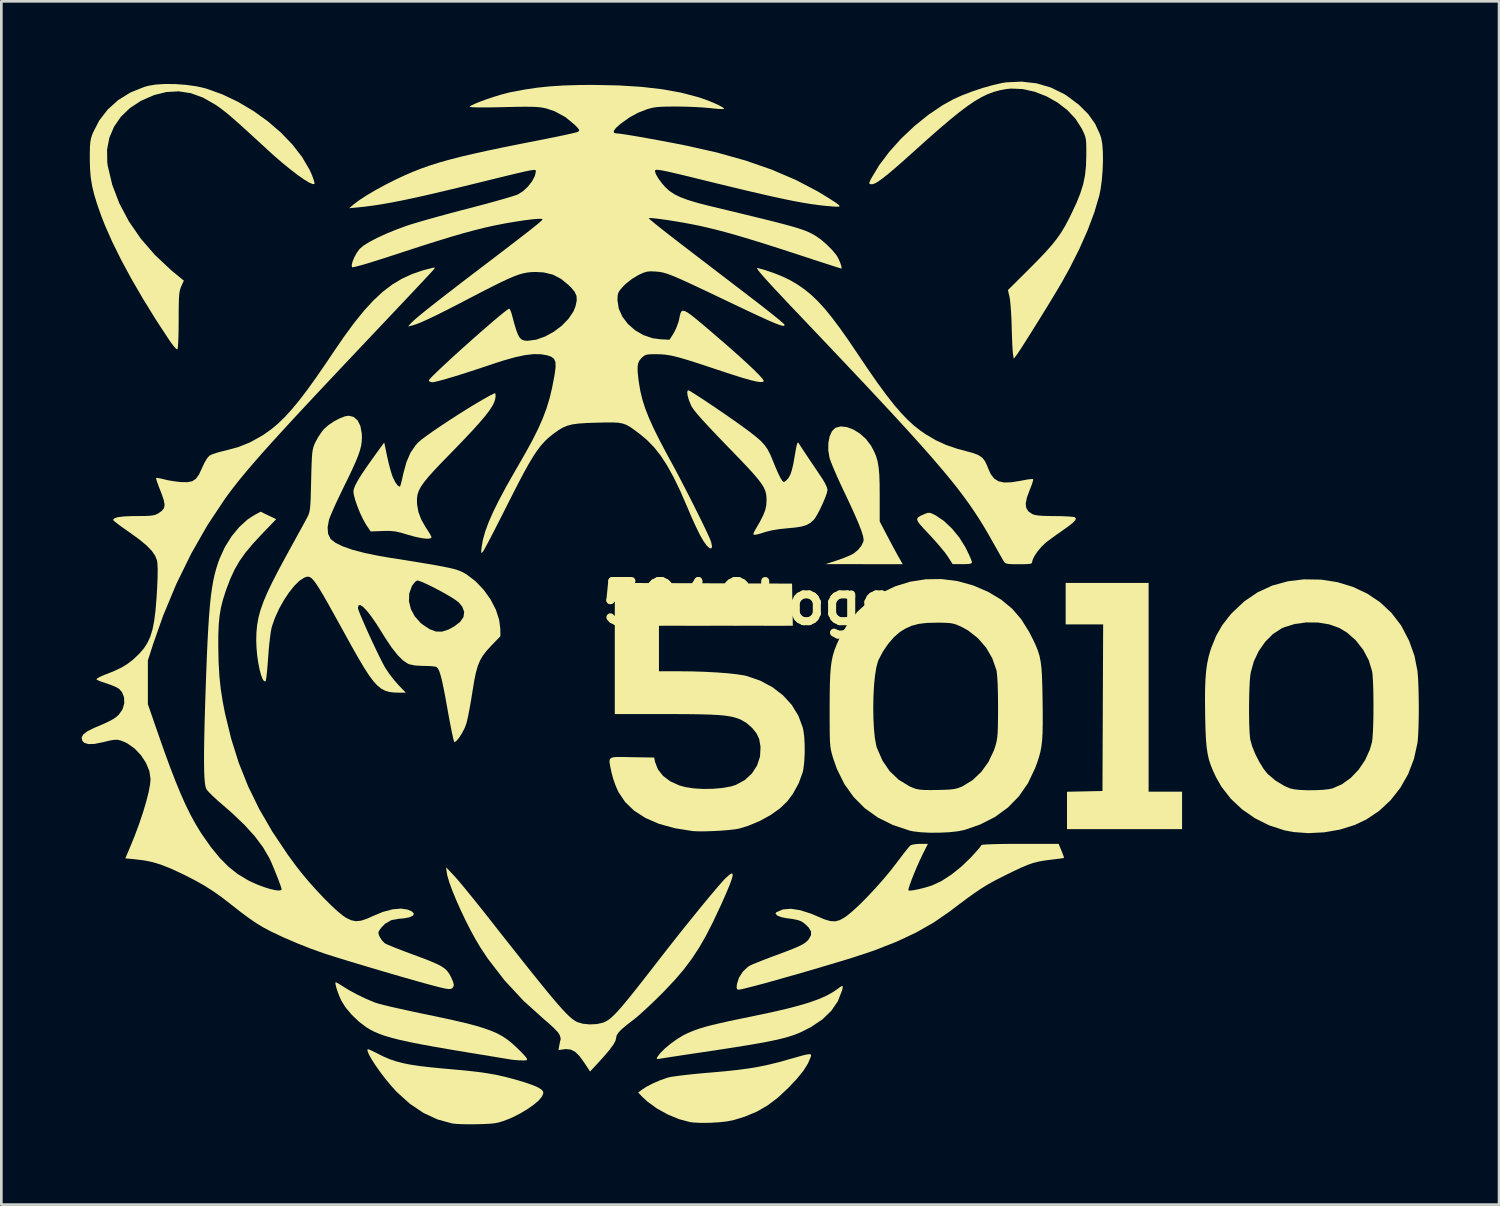
<source format=kicad_pcb>
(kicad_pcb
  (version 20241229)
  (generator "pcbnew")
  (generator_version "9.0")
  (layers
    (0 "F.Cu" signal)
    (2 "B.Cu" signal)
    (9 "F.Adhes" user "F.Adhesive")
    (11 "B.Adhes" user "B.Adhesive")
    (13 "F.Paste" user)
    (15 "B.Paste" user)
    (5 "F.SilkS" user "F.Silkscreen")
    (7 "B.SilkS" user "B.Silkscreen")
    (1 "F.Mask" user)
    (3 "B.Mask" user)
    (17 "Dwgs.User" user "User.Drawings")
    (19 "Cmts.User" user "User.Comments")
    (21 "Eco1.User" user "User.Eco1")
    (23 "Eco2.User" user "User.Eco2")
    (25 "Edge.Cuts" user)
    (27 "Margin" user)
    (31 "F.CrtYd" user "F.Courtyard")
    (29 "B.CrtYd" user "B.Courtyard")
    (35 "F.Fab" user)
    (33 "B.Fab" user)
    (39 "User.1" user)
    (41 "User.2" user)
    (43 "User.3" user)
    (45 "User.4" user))
  (footprint "5010Logo"
    (layer "F.Cu")
    (at 24.976 19.486)
    (property "Reference" "5010Logo" (at 0 0 0) (layer "F.SilkS") (effects (font (size 1.5 1.5) (thickness 0.3))))
    (attr board_only exclude_from_pos_files exclude_from_bom)
    (fp_poly (pts (xy 14.9 3.15) (xy 14.9 7.05) (xy 15.525 7.05) (xy 16.15 7.05) (xy 16.15 7.75) (xy 16.15 8.45) (xy 14 8.45) (xy 11.85 8.45) (xy 11.85 7.751) (xy 11.85 7.053) (xy 12.512 7.039) (xy 13.175 7.025) (xy 13.188 3.913) (xy 13.201 0.8) (xy 12.5 0.8) (xy 11.8 0.8) (xy 11.8 0.025) (xy 11.8 -0.75) (xy 13.35 -0.75) (xy 14.9 -0.75)) (stroke (width 0) (type solid)) (fill yes) (layer "F.SilkS"))
    (fp_poly (pts (xy 6.832 -3.332) (xy 6.953 -3.268) (xy 7.255 -3.062) (xy 7.553 -2.78) (xy 7.825 -2.448) (xy 8.049 -2.089) (xy 8.078 -2.032) (xy 8.173 -1.837) (xy 8.248 -1.67) (xy 8.292 -1.555) (xy 8.3 -1.52) (xy 8.276 -1.482) (xy 8.192 -1.461) (xy 8.031 -1.453) (xy 7.938 -1.452) (xy 7.575 -1.455) (xy 7.4 -1.731) (xy 7.301 -1.869) (xy 7.15 -2.056) (xy 6.966 -2.271) (xy 6.766 -2.492) (xy 6.703 -2.56) (xy 6.494 -2.781) (xy 6.351 -2.942) (xy 6.27 -3.057) (xy 6.248 -3.139) (xy 6.283 -3.201) (xy 6.372 -3.257) (xy 6.512 -3.32) (xy 6.54 -3.332) (xy 6.642 -3.369) (xy 6.727 -3.371)) (stroke (width 0) (type solid)) (fill yes) (layer "F.SilkS"))
    (fp_poly (pts (xy 2.276 16.872) (xy 2.286 16.906) (xy 2.273 16.961) (xy 2.273 16.962) (xy 2.17 17.207) (xy 2.002 17.475) (xy 1.76 17.775) (xy 1.45 18.105) (xy 1.05 18.48) (xy 0.66 18.776) (xy 0.256 19.009) (xy -0.188 19.194) (xy -0.625 19.328) (xy -0.861 19.373) (xy -1.16 19.406) (xy -1.488 19.425) (xy -1.811 19.429) (xy -2.093 19.416) (xy -2.24 19.398) (xy -2.649 19.289) (xy -3.071 19.114) (xy -3.475 18.89) (xy -3.831 18.633) (xy -4.025 18.452) (xy -4.175 18.294) (xy -4.05 18.197) (xy -3.864 18.076) (xy -3.618 17.949) (xy -3.348 17.833) (xy -3.09 17.743) (xy -3.027 17.726) (xy -2.892 17.7) (xy -2.676 17.67) (xy -2.396 17.636) (xy -2.071 17.601) (xy -1.72 17.568) (xy -1.502 17.55) (xy -0.947 17.501) (xy -0.47 17.45) (xy -0.05 17.394) (xy 0.335 17.329) (xy 0.707 17.251) (xy 1.087 17.157) (xy 1.468 17.05) (xy 1.773 16.963) (xy 1.993 16.903) (xy 2.142 16.869) (xy 2.233 16.859)) (stroke (width 0) (type solid)) (fill yes) (layer "F.SilkS"))
    (fp_poly (pts (xy 3.623 -6.575) (xy 3.868 -6.483) (xy 4.111 -6.332) (xy 4.333 -6.133) (xy 4.516 -5.894) (xy 4.533 -5.866) (xy 4.635 -5.677) (xy 4.714 -5.492) (xy 4.771 -5.295) (xy 4.81 -5.068) (xy 4.835 -4.793) (xy 4.847 -4.452) (xy 4.85 -4.045) (xy 4.85 -3.05) (xy 5.117 -2.537) (xy 5.244 -2.297) (xy 5.373 -2.055) (xy 5.487 -1.846) (xy 5.547 -1.738) (xy 5.71 -1.45) (xy 4.267 -1.452) (xy 2.825 -1.454) (xy 3.258 -1.595) (xy 3.478 -1.673) (xy 3.685 -1.757) (xy 3.842 -1.831) (xy 3.876 -1.851) (xy 4.036 -1.98) (xy 4.165 -2.139) (xy 4.24 -2.297) (xy 4.25 -2.364) (xy 4.227 -2.505) (xy 4.158 -2.723) (xy 4.041 -3.02) (xy 3.876 -3.399) (xy 3.662 -3.861) (xy 3.548 -4.1) (xy 3.399 -4.415) (xy 3.261 -4.719) (xy 3.141 -4.994) (xy 3.048 -5.222) (xy 2.988 -5.384) (xy 2.976 -5.425) (xy 2.928 -5.706) (xy 2.931 -5.981) (xy 2.979 -6.227) (xy 3.067 -6.422) (xy 3.192 -6.546) (xy 3.197 -6.549) (xy 3.393 -6.6)) (stroke (width 0) (type solid)) (fill yes) (layer "F.SilkS"))
    (fp_poly (pts (xy 3.469 14.37) (xy 3.44 14.488) (xy 3.284 14.884) (xy 3.041 15.24) (xy 2.711 15.559) (xy 2.29 15.842) (xy 1.934 16.024) (xy 1.777 16.092) (xy 1.61 16.155) (xy 1.423 16.214) (xy 1.209 16.273) (xy 0.957 16.332) (xy 0.661 16.393) (xy 0.311 16.458) (xy -0.101 16.528) (xy -0.584 16.606) (xy -1.146 16.693) (xy -1.796 16.791) (xy -2.025 16.825) (xy -2.368 16.876) (xy -2.684 16.924) (xy -2.959 16.966) (xy -3.176 17) (xy -3.32 17.023) (xy -3.367 17.031) (xy -3.463 17.044) (xy -3.481 17.017) (xy -3.457 16.962) (xy -3.348 16.817) (xy -3.174 16.645) (xy -2.956 16.464) (xy -2.717 16.293) (xy -2.481 16.15) (xy -2.375 16.097) (xy -2.212 16.025) (xy -2.047 15.96) (xy -1.868 15.898) (xy -1.664 15.837) (xy -1.421 15.773) (xy -1.129 15.704) (xy -0.775 15.625) (xy -0.346 15.535) (xy 0.168 15.429) (xy 0.175 15.427) (xy 0.818 15.292) (xy 1.37 15.164) (xy 1.841 15.041) (xy 2.241 14.921) (xy 2.577 14.8) (xy 2.86 14.675) (xy 3.098 14.543) (xy 3.28 14.418) (xy 3.403 14.33) (xy 3.462 14.312)) (stroke (width 0) (type solid)) (fill yes) (layer "F.SilkS"))
    (fp_poly (pts (xy -14.238 16.684) (xy -14.123 16.734) (xy -13.967 16.812) (xy -13.938 16.827) (xy -13.705 16.944) (xy -13.477 17.042) (xy -13.239 17.124) (xy -12.978 17.193) (xy -12.679 17.253) (xy -12.33 17.305) (xy -11.914 17.353) (xy -11.42 17.401) (xy -11.15 17.424) (xy -10.63 17.472) (xy -10.189 17.521) (xy -9.805 17.576) (xy -9.456 17.639) (xy -9.12 17.715) (xy -8.784 17.804) (xy -8.407 17.916) (xy -8.121 18.015) (xy -7.917 18.103) (xy -7.79 18.184) (xy -7.757 18.217) (xy -7.72 18.286) (xy -7.736 18.368) (xy -7.785 18.46) (xy -7.897 18.595) (xy -8.082 18.751) (xy -8.319 18.917) (xy -8.587 19.077) (xy -8.866 19.219) (xy -9.055 19.299) (xy -9.233 19.365) (xy -9.383 19.411) (xy -9.531 19.441) (xy -9.705 19.46) (xy -9.931 19.471) (xy -10.175 19.478) (xy -10.454 19.481) (xy -10.721 19.478) (xy -10.947 19.468) (xy -11.105 19.453) (xy -11.124 19.45) (xy -11.674 19.3) (xy -12.204 19.054) (xy -12.709 18.714) (xy -13.186 18.284) (xy -13.234 18.234) (xy -13.435 18.01) (xy -13.634 17.768) (xy -13.822 17.521) (xy -13.991 17.281) (xy -14.131 17.064) (xy -14.234 16.881) (xy -14.29 16.746) (xy -14.29 16.674) (xy -14.289 16.672)) (stroke (width 0) (type solid)) (fill yes) (layer "F.SilkS"))
    (fp_poly (pts (xy -15.441 14.187) (xy -15.338 14.246) (xy -15.248 14.305) (xy -14.987 14.465) (xy -14.671 14.635) (xy -14.339 14.795) (xy -14.03 14.925) (xy -14.019 14.929) (xy -13.892 14.969) (xy -13.682 15.024) (xy -13.405 15.091) (xy -13.075 15.166) (xy -12.71 15.247) (xy -12.323 15.329) (xy -12.219 15.35) (xy -11.606 15.478) (xy -11.081 15.592) (xy -10.636 15.696) (xy -10.26 15.794) (xy -9.943 15.889) (xy -9.675 15.985) (xy -9.447 16.084) (xy -9.249 16.192) (xy -9.071 16.311) (xy -8.903 16.444) (xy -8.745 16.587) (xy -8.587 16.74) (xy -8.455 16.877) (xy -8.367 16.978) (xy -8.345 17.009) (xy -8.326 17.063) (xy -8.357 17.089) (xy -8.459 17.095) (xy -8.536 17.093) (xy -8.709 17.085) (xy -8.859 17.071) (xy -8.9 17.066) (xy -8.98 17.053) (xy -9.145 17.026) (xy -9.381 16.987) (xy -9.677 16.938) (xy -10.018 16.882) (xy -10.391 16.821) (xy -10.525 16.799) (xy -11.197 16.687) (xy -11.779 16.586) (xy -12.279 16.495) (xy -12.705 16.411) (xy -13.067 16.331) (xy -13.372 16.255) (xy -13.63 16.179) (xy -13.848 16.102) (xy -14.036 16.022) (xy -14.202 15.936) (xy -14.335 15.855) (xy -14.614 15.643) (xy -14.88 15.389) (xy -15.108 15.119) (xy -15.265 14.87) (xy -15.339 14.707) (xy -15.407 14.53) (xy -15.46 14.364) (xy -15.49 14.236) (xy -15.489 14.172) (xy -15.489 14.172)) (stroke (width 0) (type solid)) (fill yes) (layer "F.SilkS"))
    (fp_poly (pts (xy -9.508 -7.813) (xy -9.507 -7.709) (xy -9.513 -7.653) (xy -9.546 -7.529) (xy -9.616 -7.382) (xy -9.729 -7.206) (xy -9.89 -6.994) (xy -10.105 -6.741) (xy -10.377 -6.439) (xy -10.712 -6.083) (xy -11.115 -5.667) (xy -11.163 -5.618) (xy -11.507 -5.265) (xy -11.786 -4.971) (xy -12.005 -4.728) (xy -12.172 -4.524) (xy -12.293 -4.351) (xy -12.374 -4.198) (xy -12.422 -4.056) (xy -12.443 -3.915) (xy -12.443 -3.765) (xy -12.438 -3.68) (xy -12.39 -3.402) (xy -12.285 -3.125) (xy -12.113 -2.821) (xy -12.043 -2.716) (xy -11.961 -2.586) (xy -11.909 -2.485) (xy -11.9 -2.453) (xy -11.945 -2.413) (xy -12.068 -2.403) (xy -12.255 -2.423) (xy -12.49 -2.47) (xy -12.757 -2.543) (xy -12.8 -2.556) (xy -13.048 -2.63) (xy -13.244 -2.674) (xy -13.43 -2.693) (xy -13.649 -2.693) (xy -13.725 -2.691) (xy -14.174 -2.675) (xy -14.334 -2.913) (xy -14.446 -3.106) (xy -14.561 -3.346) (xy -14.666 -3.603) (xy -14.751 -3.849) (xy -14.805 -4.056) (xy -14.818 -4.159) (xy -14.803 -4.261) (xy -14.749 -4.399) (xy -14.653 -4.58) (xy -14.509 -4.812) (xy -14.313 -5.102) (xy -14.06 -5.459) (xy -13.912 -5.664) (xy -13.667 -5.999) (xy -13.554 -5.462) (xy -13.497 -5.213) (xy -13.434 -4.974) (xy -13.374 -4.777) (xy -13.34 -4.689) (xy -13.254 -4.516) (xy -13.17 -4.399) (xy -13.1 -4.351) (xy -13.074 -4.36) (xy -13.053 -4.416) (xy -13.019 -4.547) (xy -12.976 -4.73) (xy -12.953 -4.838) (xy -12.835 -5.27) (xy -12.683 -5.62) (xy -12.488 -5.904) (xy -12.401 -5.999) (xy -12.28 -6.103) (xy -12.086 -6.248) (xy -11.836 -6.425) (xy -11.544 -6.624) (xy -11.224 -6.835) (xy -10.891 -7.05) (xy -10.56 -7.258) (xy -10.245 -7.45) (xy -9.962 -7.616) (xy -9.725 -7.749) (xy -9.548 -7.836) (xy -9.53 -7.844)) (stroke (width 0) (type solid)) (fill yes) (layer "F.SilkS"))
    (fp_poly (pts (xy -2.246 -7.923) (xy -2.118 -7.846) (xy -1.934 -7.729) (xy -1.706 -7.58) (xy -1.448 -7.408) (xy -1.171 -7.22) (xy -0.889 -7.027) (xy -0.615 -6.836) (xy -0.36 -6.655) (xy -0.139 -6.495) (xy -0.07 -6.444) (xy 0.197 -6.238) (xy 0.398 -6.065) (xy 0.548 -5.904) (xy 0.666 -5.734) (xy 0.768 -5.534) (xy 0.867 -5.295) (xy 0.957 -5.073) (xy 1.046 -4.869) (xy 1.122 -4.711) (xy 1.152 -4.657) (xy 1.221 -4.552) (xy 1.27 -4.521) (xy 1.327 -4.554) (xy 1.359 -4.582) (xy 1.442 -4.674) (xy 1.51 -4.797) (xy 1.568 -4.969) (xy 1.623 -5.206) (xy 1.679 -5.522) (xy 1.72 -5.761) (xy 1.752 -5.912) (xy 1.779 -5.986) (xy 1.805 -5.997) (xy 1.821 -5.975) (xy 1.87 -5.898) (xy 1.961 -5.758) (xy 2.081 -5.577) (xy 2.197 -5.403) (xy 2.35 -5.176) (xy 2.505 -4.946) (xy 2.64 -4.744) (xy 2.71 -4.64) (xy 2.807 -4.476) (xy 2.876 -4.326) (xy 2.9 -4.228) (xy 2.877 -4.117) (xy 2.816 -3.945) (xy 2.73 -3.738) (xy 2.629 -3.523) (xy 2.527 -3.326) (xy 2.435 -3.173) (xy 2.385 -3.109) (xy 2.262 -2.998) (xy 2.12 -2.917) (xy 1.938 -2.86) (xy 1.694 -2.821) (xy 1.419 -2.795) (xy 1.108 -2.763) (xy 0.825 -2.717) (xy 0.602 -2.663) (xy 0.568 -2.652) (xy 0.398 -2.597) (xy 0.254 -2.56) (xy 0.184 -2.55) (xy 0.136 -2.558) (xy 0.129 -2.595) (xy 0.17 -2.683) (xy 0.23 -2.788) (xy 0.391 -3.07) (xy 0.502 -3.293) (xy 0.573 -3.477) (xy 0.609 -3.644) (xy 0.621 -3.816) (xy 0.621 -3.825) (xy 0.618 -3.958) (xy 0.604 -4.08) (xy 0.571 -4.2) (xy 0.514 -4.326) (xy 0.426 -4.467) (xy 0.302 -4.631) (xy 0.134 -4.829) (xy -0.083 -5.067) (xy -0.356 -5.355) (xy -0.691 -5.702) (xy -0.84 -5.855) (xy -1.214 -6.243) (xy -1.521 -6.567) (xy -1.765 -6.831) (xy -1.951 -7.043) (xy -2.084 -7.206) (xy -2.168 -7.326) (xy -2.195 -7.375) (xy -2.277 -7.574) (xy -2.328 -7.749) (xy -2.344 -7.879) (xy -2.322 -7.946) (xy -2.306 -7.95)) (stroke (width 0) (type solid)) (fill yes) (layer "F.SilkS"))
    (fp_poly (pts (xy -1.738 -0.738) (xy 1.575 -0.725) (xy 1.589 0.062) (xy 1.603 0.85) (xy -0.899 0.85) (xy -3.4 0.85) (xy -3.4 1.7) (xy -3.4 2.55) (xy -2.612 2.551) (xy -2.139 2.556) (xy -1.674 2.571) (xy -1.234 2.595) (xy -0.835 2.625) (xy -0.494 2.662) (xy -0.228 2.703) (xy -0.125 2.726) (xy 0.385 2.901) (xy 0.842 3.146) (xy 1.238 3.451) (xy 1.564 3.809) (xy 1.812 4.213) (xy 1.974 4.654) (xy 1.994 4.74) (xy 2.029 4.987) (xy 2.046 5.292) (xy 2.047 5.62) (xy 2.03 5.937) (xy 1.998 6.207) (xy 1.973 6.323) (xy 1.827 6.728) (xy 1.61 7.124) (xy 1.398 7.41) (xy 1.126 7.671) (xy 0.777 7.92) (xy 0.375 8.142) (xy -0.058 8.324) (xy -0.388 8.426) (xy -0.551 8.456) (xy -0.787 8.483) (xy -1.07 8.506) (xy -1.372 8.522) (xy -1.667 8.532) (xy -1.927 8.533) (xy -2.127 8.524) (xy -2.15 8.521) (xy -2.816 8.414) (xy -3.401 8.251) (xy -3.904 8.034) (xy -4.325 7.763) (xy -4.662 7.439) (xy -4.914 7.064) (xy -5.017 6.832) (xy -5.112 6.563) (xy -5.171 6.34) (xy -5.217 6.125) (xy -5.245 5.969) (xy -5.245 5.863) (xy -5.202 5.798) (xy -5.107 5.764) (xy -4.946 5.753) (xy -4.708 5.755) (xy -4.415 5.761) (xy -3.579 5.775) (xy -3.546 5.938) (xy -3.439 6.216) (xy -3.246 6.461) (xy -2.977 6.664) (xy -2.641 6.816) (xy -2.418 6.878) (xy -2.101 6.927) (xy -1.743 6.948) (xy -1.371 6.942) (xy -1.016 6.91) (xy -0.706 6.854) (xy -0.525 6.797) (xy -0.19 6.615) (xy 0.076 6.369) (xy 0.267 6.073) (xy 0.377 5.739) (xy 0.397 5.38) (xy 0.346 5.082) (xy 0.249 4.876) (xy 0.083 4.668) (xy -0.125 4.485) (xy -0.342 4.358) (xy -0.47 4.308) (xy -0.608 4.266) (xy -0.766 4.233) (xy -0.954 4.206) (xy -1.183 4.186) (xy -1.462 4.171) (xy -1.803 4.16) (xy -2.215 4.154) (xy -2.709 4.151) (xy -3.138 4.15) (xy -5.05 4.15) (xy -5.05 1.7) (xy -5.05 -0.751)) (stroke (width 0) (type solid)) (fill yes) (layer "F.SilkS"))
    (fp_poly (pts (xy -21.46 -19.393) (xy -21.057 -19.363) (xy -20.674 -19.309) (xy -20.339 -19.232) (xy -20.325 -19.228) (xy -19.72 -19.011) (xy -19.127 -18.728) (xy -18.555 -18.389) (xy -18.019 -18.004) (xy -17.529 -17.582) (xy -17.098 -17.134) (xy -16.737 -16.668) (xy -16.459 -16.196) (xy -16.369 -15.996) (xy -16.31 -15.836) (xy -16.275 -15.715) (xy -16.273 -15.66) (xy -16.344 -15.657) (xy -16.478 -15.716) (xy -16.667 -15.831) (xy -16.9 -15.994) (xy -17.168 -16.2) (xy -17.463 -16.44) (xy -17.775 -16.709) (xy -18.017 -16.928) (xy -18.407 -17.288) (xy -18.733 -17.586) (xy -19.003 -17.832) (xy -19.227 -18.031) (xy -19.414 -18.193) (xy -19.571 -18.325) (xy -19.709 -18.433) (xy -19.835 -18.527) (xy -19.959 -18.612) (xy -19.975 -18.623) (xy -20.438 -18.888) (xy -20.894 -19.054) (xy -21.35 -19.123) (xy -21.813 -19.096) (xy -22.273 -18.98) (xy -22.755 -18.77) (xy -23.168 -18.5) (xy -23.505 -18.176) (xy -23.763 -17.804) (xy -23.938 -17.392) (xy -24.024 -16.947) (xy -24.018 -16.476) (xy -24 -16.342) (xy -23.832 -15.633) (xy -23.568 -14.939) (xy -23.212 -14.267) (xy -22.768 -13.622) (xy -22.239 -13.01) (xy -21.63 -12.438) (xy -21.515 -12.343) (xy -21.156 -12.048) (xy -21.252 -11.837) (xy -21.284 -11.755) (xy -21.309 -11.663) (xy -21.326 -11.546) (xy -21.338 -11.388) (xy -21.344 -11.174) (xy -21.348 -10.889) (xy -21.349 -10.565) (xy -21.351 -10.227) (xy -21.358 -9.936) (xy -21.368 -9.707) (xy -21.38 -9.55) (xy -21.395 -9.479) (xy -21.398 -9.477) (xy -21.445 -9.502) (xy -21.53 -9.594) (xy -21.639 -9.737) (xy -21.69 -9.811) (xy -22.2 -10.588) (xy -22.674 -11.356) (xy -23.108 -12.102) (xy -23.494 -12.817) (xy -23.827 -13.489) (xy -24.1 -14.106) (xy -24.226 -14.425) (xy -24.381 -14.861) (xy -24.497 -15.232) (xy -24.579 -15.563) (xy -24.632 -15.88) (xy -24.66 -16.207) (xy -24.67 -16.569) (xy -24.67 -16.575) (xy -24.669 -16.866) (xy -24.663 -17.08) (xy -24.648 -17.242) (xy -24.622 -17.373) (xy -24.583 -17.497) (xy -24.556 -17.567) (xy -24.317 -18.034) (xy -23.998 -18.446) (xy -23.608 -18.797) (xy -23.154 -19.078) (xy -22.645 -19.284) (xy -22.496 -19.327) (xy -22.208 -19.376) (xy -21.853 -19.398)) (stroke (width 0) (type solid)) (fill yes) (layer "F.SilkS"))
    (fp_poly (pts (xy 10.715 -19.421) (xy 11.248 -19.265) (xy 11.742 -19.022) (xy 11.851 -18.953) (xy 12.291 -18.623) (xy 12.638 -18.278) (xy 12.9 -17.911) (xy 13.084 -17.512) (xy 13.128 -17.376) (xy 13.168 -17.157) (xy 13.19 -16.866) (xy 13.194 -16.526) (xy 13.18 -16.163) (xy 13.151 -15.802) (xy 13.106 -15.468) (xy 13.056 -15.225) (xy 12.875 -14.61) (xy 12.625 -13.942) (xy 12.313 -13.236) (xy 11.944 -12.505) (xy 11.664 -12) (xy 11.544 -11.794) (xy 11.391 -11.539) (xy 11.215 -11.249) (xy 11.023 -10.935) (xy 10.824 -10.613) (xy 10.626 -10.296) (xy 10.439 -9.997) (xy 10.269 -9.729) (xy 10.127 -9.507) (xy 10.019 -9.343) (xy 9.955 -9.252) (xy 9.859 -9.129) (xy 9.831 -9.302) (xy 9.821 -9.409) (xy 9.809 -9.596) (xy 9.798 -9.841) (xy 9.788 -10.122) (xy 9.783 -10.325) (xy 9.772 -10.629) (xy 9.756 -10.918) (xy 9.737 -11.169) (xy 9.716 -11.359) (xy 9.702 -11.435) (xy 9.643 -11.696) (xy 10.436 -12.485) (xy 10.776 -12.828) (xy 11.053 -13.12) (xy 11.28 -13.375) (xy 11.467 -13.611) (xy 11.629 -13.842) (xy 11.775 -14.084) (xy 11.918 -14.353) (xy 12.004 -14.525) (xy 12.203 -14.951) (xy 12.351 -15.32) (xy 12.456 -15.657) (xy 12.523 -15.987) (xy 12.559 -16.333) (xy 12.571 -16.701) (xy 12.572 -16.974) (xy 12.568 -17.17) (xy 12.556 -17.315) (xy 12.531 -17.431) (xy 12.49 -17.544) (xy 12.428 -17.675) (xy 12.404 -17.726) (xy 12.173 -18.09) (xy 11.864 -18.42) (xy 11.494 -18.705) (xy 11.08 -18.938) (xy 10.641 -19.108) (xy 10.193 -19.208) (xy 9.754 -19.226) (xy 9.56 -19.205) (xy 9.328 -19.16) (xy 9.105 -19.099) (xy 8.882 -19.015) (xy 8.652 -18.903) (xy 8.405 -18.759) (xy 8.135 -18.576) (xy 7.834 -18.35) (xy 7.493 -18.074) (xy 7.105 -17.745) (xy 6.661 -17.355) (xy 6.159 -16.905) (xy 5.771 -16.557) (xy 5.449 -16.274) (xy 5.186 -16.051) (xy 4.975 -15.883) (xy 4.811 -15.764) (xy 4.687 -15.689) (xy 4.596 -15.655) (xy 4.562 -15.651) (xy 4.482 -15.656) (xy 4.457 -15.689) (xy 4.486 -15.772) (xy 4.532 -15.865) (xy 4.832 -16.364) (xy 5.212 -16.868) (xy 5.656 -17.36) (xy 6.148 -17.825) (xy 6.671 -18.247) (xy 7.208 -18.608) (xy 7.594 -18.822) (xy 7.92 -18.97) (xy 8.299 -19.115) (xy 8.698 -19.248) (xy 9.086 -19.358) (xy 9.433 -19.436) (xy 9.581 -19.459) (xy 10.155 -19.486)) (stroke (width 0) (type solid)) (fill yes) (layer "F.SilkS"))
    (fp_poly (pts (xy -11.06 10.187) (xy -10.953 10.306) (xy -10.796 10.491) (xy -10.599 10.729) (xy -10.372 11.008) (xy -10.126 11.313) (xy -9.872 11.633) (xy -9.794 11.732) (xy -9.294 12.369) (xy -8.85 12.93) (xy -8.46 13.423) (xy -8.119 13.851) (xy -7.822 14.219) (xy -7.566 14.533) (xy -7.347 14.796) (xy -7.16 15.014) (xy -7.002 15.191) (xy -6.868 15.333) (xy -6.754 15.444) (xy -6.656 15.529) (xy -6.57 15.593) (xy -6.492 15.641) (xy -6.442 15.665) (xy -6.237 15.724) (xy -5.982 15.748) (xy -5.719 15.735) (xy -5.494 15.685) (xy -5.461 15.672) (xy -5.375 15.631) (xy -5.286 15.576) (xy -5.189 15.501) (xy -5.079 15.399) (xy -4.949 15.264) (xy -4.794 15.089) (xy -4.609 14.867) (xy -4.386 14.593) (xy -4.122 14.26) (xy -3.809 13.86) (xy -3.443 13.389) (xy -3.374 13.3) (xy -3.061 12.898) (xy -2.741 12.492) (xy -2.422 12.091) (xy -2.112 11.707) (xy -1.82 11.347) (xy -1.552 11.022) (xy -1.316 10.741) (xy -1.121 10.514) (xy -0.975 10.35) (xy -0.908 10.282) (xy -0.782 10.168) (xy -0.696 10.111) (xy -0.65 10.116) (xy -0.645 10.186) (xy -0.681 10.327) (xy -0.761 10.543) (xy -0.884 10.838) (xy -1.051 11.216) (xy -1.101 11.325) (xy -1.378 11.916) (xy -1.64 12.429) (xy -1.901 12.883) (xy -2.172 13.296) (xy -2.466 13.687) (xy -2.795 14.073) (xy -3.171 14.474) (xy -3.299 14.604) (xy -3.543 14.844) (xy -3.787 15.077) (xy -4.013 15.286) (xy -4.205 15.456) (xy -4.346 15.571) (xy -4.35 15.574) (xy -4.61 15.773) (xy -4.795 15.93) (xy -4.915 16.055) (xy -4.98 16.159) (xy -5 16.253) (xy -5 16.255) (xy -5.025 16.362) (xy -5.105 16.506) (xy -5.244 16.695) (xy -5.449 16.937) (xy -5.68 17.192) (xy -5.975 17.509) (xy -6.193 17.175) (xy -6.37 16.932) (xy -6.531 16.773) (xy -6.693 16.689) (xy -6.87 16.67) (xy -6.94 16.677) (xy -7.156 16.707) (xy -7.121 16.516) (xy -7.096 16.39) (xy -7.076 16.315) (xy -7.072 16.308) (xy -7.077 16.255) (xy -7.108 16.149) (xy -7.109 16.146) (xy -7.175 16.043) (xy -7.315 15.894) (xy -7.518 15.707) (xy -7.667 15.581) (xy -8.461 14.866) (xy -9.174 14.098) (xy -9.803 13.281) (xy -10.075 12.869) (xy -10.257 12.563) (xy -10.446 12.216) (xy -10.635 11.844) (xy -10.815 11.464) (xy -10.98 11.093) (xy -11.122 10.747) (xy -11.233 10.444) (xy -11.305 10.201) (xy -11.327 10.088) (xy -11.356 9.875)) (stroke (width 0) (type solid)) (fill yes) (layer "F.SilkS"))
    (fp_poly (pts (xy 0.283 -12.521) (xy 0.578 -12.439) (xy 0.905 -12.327) (xy 1.222 -12.2) (xy 1.485 -12.074) (xy 1.496 -12.068) (xy 1.776 -11.904) (xy 2.038 -11.723) (xy 2.29 -11.517) (xy 2.541 -11.277) (xy 2.8 -10.994) (xy 3.073 -10.658) (xy 3.37 -10.262) (xy 3.699 -9.795) (xy 4.05 -9.275) (xy 4.438 -8.699) (xy 4.785 -8.202) (xy 5.098 -7.776) (xy 5.382 -7.414) (xy 5.646 -7.107) (xy 5.895 -6.847) (xy 6.137 -6.626) (xy 6.378 -6.437) (xy 6.556 -6.314) (xy 6.942 -6.086) (xy 7.33 -5.907) (xy 7.758 -5.761) (xy 8.067 -5.679) (xy 8.344 -5.604) (xy 8.542 -5.526) (xy 8.682 -5.431) (xy 8.784 -5.302) (xy 8.868 -5.125) (xy 8.896 -5.049) (xy 9 -4.817) (xy 9.126 -4.653) (xy 9.288 -4.55) (xy 9.498 -4.505) (xy 9.77 -4.513) (xy 10.118 -4.568) (xy 10.174 -4.579) (xy 10.358 -4.614) (xy 10.502 -4.632) (xy 10.58 -4.633) (xy 10.586 -4.63) (xy 10.581 -4.574) (xy 10.544 -4.451) (xy 10.48 -4.283) (xy 10.457 -4.227) (xy 10.351 -3.939) (xy 10.307 -3.718) (xy 10.326 -3.55) (xy 10.409 -3.422) (xy 10.549 -3.326) (xy 10.645 -3.292) (xy 10.789 -3.269) (xy 10.997 -3.255) (xy 11.285 -3.25) (xy 11.385 -3.249) (xy 11.643 -3.246) (xy 11.867 -3.237) (xy 12.039 -3.223) (xy 12.137 -3.207) (xy 12.148 -3.202) (xy 12.182 -3.157) (xy 12.16 -3.093) (xy 12.073 -3.002) (xy 11.915 -2.876) (xy 11.679 -2.708) (xy 11.657 -2.693) (xy 11.454 -2.551) (xy 11.253 -2.405) (xy 11.089 -2.281) (xy 11.054 -2.253) (xy 10.897 -2.105) (xy 10.751 -1.931) (xy 10.633 -1.756) (xy 10.562 -1.606) (xy 10.55 -1.54) (xy 10.541 -1.499) (xy 10.5 -1.472) (xy 10.411 -1.458) (xy 10.256 -1.451) (xy 10.051 -1.45) (xy 9.822 -1.452) (xy 9.672 -1.459) (xy 9.579 -1.477) (xy 9.524 -1.509) (xy 9.486 -1.56) (xy 9.484 -1.562) (xy 9.436 -1.645) (xy 9.35 -1.796) (xy 9.236 -1.997) (xy 9.105 -2.229) (xy 9.051 -2.325) (xy 8.89 -2.608) (xy 8.729 -2.881) (xy 8.562 -3.149) (xy 8.388 -3.416) (xy 8.202 -3.688) (xy 7.999 -3.967) (xy 7.778 -4.26) (xy 7.533 -4.569) (xy 7.26 -4.9) (xy 6.957 -5.257) (xy 6.62 -5.645) (xy 6.243 -6.067) (xy 5.825 -6.529) (xy 5.36 -7.035) (xy 4.846 -7.588) (xy 4.278 -8.195) (xy 3.653 -8.858) (xy 2.967 -9.583) (xy 2.216 -10.374) (xy 1.987 -10.615) (xy 1.568 -11.055) (xy 1.216 -11.429) (xy 0.925 -11.739) (xy 0.693 -11.991) (xy 0.515 -12.189) (xy 0.388 -12.336) (xy 0.307 -12.438) (xy 0.27 -12.498) (xy 0.271 -12.522)) (stroke (width 0) (type solid)) (fill yes) (layer "F.SilkS"))
    (fp_poly (pts (xy 21.34 -0.875) (xy 21.953 -0.78) (xy 22.533 -0.604) (xy 23.068 -0.353) (xy 23.551 -0.029) (xy 23.971 0.363) (xy 24.32 0.817) (xy 24.353 0.869) (xy 24.634 1.408) (xy 24.835 1.971) (xy 24.946 2.535) (xy 24.95 2.568) (xy 24.97 2.821) (xy 24.984 3.139) (xy 24.993 3.5) (xy 24.997 3.881) (xy 24.995 4.259) (xy 24.987 4.613) (xy 24.974 4.92) (xy 24.956 5.158) (xy 24.948 5.225) (xy 24.816 5.827) (xy 24.6 6.391) (xy 24.306 6.908) (xy 23.943 7.37) (xy 23.516 7.768) (xy 23.032 8.092) (xy 22.589 8.3) (xy 22.04 8.47) (xy 21.457 8.57) (xy 20.869 8.6) (xy 20.301 8.558) (xy 19.975 8.495) (xy 19.405 8.309) (xy 18.874 8.044) (xy 18.391 7.709) (xy 17.971 7.314) (xy 17.623 6.867) (xy 17.428 6.526) (xy 17.314 6.285) (xy 17.224 6.067) (xy 17.155 5.855) (xy 17.104 5.631) (xy 17.067 5.379) (xy 17.042 5.081) (xy 17.025 4.721) (xy 17.014 4.281) (xy 17.013 4.193) (xy 17.009 3.858) (xy 18.653 3.858) (xy 18.654 4.202) (xy 18.66 4.525) (xy 18.671 4.804) (xy 18.688 5.018) (xy 18.7 5.106) (xy 18.77 5.357) (xy 18.887 5.645) (xy 19.035 5.936) (xy 19.196 6.196) (xy 19.346 6.385) (xy 19.635 6.631) (xy 19.974 6.836) (xy 20.192 6.93) (xy 20.35 6.964) (xy 20.578 6.987) (xy 20.849 6.997) (xy 21.135 6.995) (xy 21.407 6.982) (xy 21.638 6.957) (xy 21.773 6.928) (xy 22.126 6.773) (xy 22.456 6.534) (xy 22.749 6.227) (xy 22.992 5.868) (xy 23.17 5.474) (xy 23.247 5.2) (xy 23.267 5.047) (xy 23.283 4.815) (xy 23.294 4.524) (xy 23.301 4.193) (xy 23.303 3.844) (xy 23.301 3.496) (xy 23.294 3.17) (xy 23.283 2.886) (xy 23.267 2.664) (xy 23.252 2.55) (xy 23.127 2.139) (xy 22.919 1.748) (xy 22.645 1.398) (xy 22.318 1.108) (xy 22.027 0.932) (xy 21.652 0.798) (xy 21.23 0.729) (xy 20.788 0.725) (xy 20.354 0.786) (xy 19.957 0.91) (xy 19.864 0.952) (xy 19.544 1.161) (xy 19.257 1.449) (xy 19.014 1.797) (xy 18.83 2.186) (xy 18.717 2.597) (xy 18.701 2.7) (xy 18.681 2.913) (xy 18.667 3.192) (xy 18.658 3.514) (xy 18.653 3.858) (xy 17.009 3.858) (xy 17.007 3.666) (xy 17.01 3.225) (xy 17.024 2.853) (xy 17.05 2.536) (xy 17.089 2.259) (xy 17.142 2.007) (xy 17.212 1.764) (xy 17.243 1.672) (xy 17.427 1.219) (xy 17.656 0.822) (xy 17.952 0.442) (xy 18.019 0.368) (xy 18.474 -0.061) (xy 18.975 -0.401) (xy 19.521 -0.652) (xy 20.113 -0.814) (xy 20.7 -0.885)) (stroke (width 0) (type solid)) (fill yes) (layer "F.SilkS"))
    (fp_poly (pts (xy 6.457 9.387) (xy 6.351 9.61) (xy 6.243 9.852) (xy 6.14 10.096) (xy 6.049 10.325) (xy 5.978 10.519) (xy 5.933 10.662) (xy 5.922 10.736) (xy 5.924 10.741) (xy 5.989 10.748) (xy 6.125 10.731) (xy 6.308 10.694) (xy 6.513 10.643) (xy 6.715 10.584) (xy 6.835 10.542) (xy 7.171 10.382) (xy 7.532 10.148) (xy 7.897 9.856) (xy 8.244 9.522) (xy 8.403 9.35) (xy 8.533 9.203) (xy 8.62 9.096) (xy 8.65 9.047) (xy 8.699 9.033) (xy 8.838 9.022) (xy 9.06 9.013) (xy 9.355 9.006) (xy 9.715 9.001) (xy 10.093 9) (xy 11.537 9) (xy 11.644 9.258) (xy 11.7 9.4) (xy 11.734 9.499) (xy 11.738 9.527) (xy 11.686 9.537) (xy 11.557 9.555) (xy 11.372 9.578) (xy 11.238 9.594) (xy 10.999 9.625) (xy 10.793 9.662) (xy 10.6 9.71) (xy 10.4 9.779) (xy 10.173 9.873) (xy 9.899 10) (xy 9.558 10.166) (xy 9.525 10.183) (xy 9.264 10.315) (xy 9.036 10.436) (xy 8.825 10.557) (xy 8.616 10.688) (xy 8.393 10.839) (xy 8.139 11.021) (xy 7.839 11.244) (xy 7.478 11.519) (xy 7.466 11.528) (xy 6.876 11.935) (xy 6.215 12.312) (xy 5.474 12.66) (xy 4.648 12.984) (xy 3.875 13.241) (xy 3.453 13.371) (xy 3.006 13.505) (xy 2.546 13.641) (xy 2.083 13.777) (xy 1.629 13.908) (xy 1.193 14.031) (xy 0.787 14.145) (xy 0.423 14.245) (xy 0.109 14.328) (xy -0.142 14.392) (xy -0.319 14.434) (xy -0.413 14.45) (xy -0.416 14.45) (xy -0.476 14.437) (xy -0.497 14.381) (xy -0.487 14.255) (xy -0.486 14.246) (xy -0.411 14.005) (xy -0.265 13.776) (xy -0.074 13.596) (xy 0.009 13.546) (xy 0.121 13.495) (xy 0.306 13.419) (xy 0.543 13.326) (xy 0.81 13.224) (xy 0.962 13.168) (xy 1.319 13.035) (xy 1.595 12.928) (xy 1.802 12.84) (xy 1.954 12.765) (xy 2.063 12.697) (xy 2.142 12.63) (xy 2.195 12.57) (xy 2.283 12.415) (xy 2.284 12.273) (xy 2.194 12.125) (xy 2.103 12.034) (xy 2.002 11.948) (xy 1.904 11.889) (xy 1.785 11.847) (xy 1.619 11.813) (xy 1.382 11.78) (xy 1.344 11.775) (xy 1.183 11.742) (xy 1.051 11.693) (xy 1.019 11.674) (xy 0.957 11.613) (xy 0.976 11.569) (xy 1 11.551) (xy 1.234 11.451) (xy 1.528 11.427) (xy 1.877 11.479) (xy 2.275 11.606) (xy 2.505 11.703) (xy 2.786 11.822) (xy 3.007 11.887) (xy 3.192 11.896) (xy 3.362 11.849) (xy 3.543 11.747) (xy 3.632 11.683) (xy 3.842 11.51) (xy 4.097 11.274) (xy 4.379 10.99) (xy 4.674 10.676) (xy 4.965 10.349) (xy 5.237 10.025) (xy 5.475 9.72) (xy 5.48 9.713) (xy 5.641 9.499) (xy 5.786 9.311) (xy 5.903 9.165) (xy 5.978 9.077) (xy 5.993 9.062) (xy 6.083 9.028) (xy 6.234 9.006) (xy 6.36 9) (xy 6.651 9)) (stroke (width 0) (type solid)) (fill yes) (layer "F.SilkS"))
    (fp_poly (pts (xy 7.755 -0.82) (xy 8.349 -0.656) (xy 8.919 -0.409) (xy 9.399 -0.12) (xy 9.8 0.213) (xy 10.14 0.607) (xy 10.434 1.079) (xy 10.471 1.15) (xy 10.593 1.391) (xy 10.69 1.599) (xy 10.766 1.792) (xy 10.824 1.984) (xy 10.865 2.192) (xy 10.895 2.43) (xy 10.914 2.716) (xy 10.926 3.064) (xy 10.935 3.49) (xy 10.938 3.675) (xy 10.943 4.15) (xy 10.943 4.541) (xy 10.936 4.863) (xy 10.92 5.13) (xy 10.893 5.36) (xy 10.854 5.566) (xy 10.801 5.765) (xy 10.733 5.971) (xy 10.656 6.176) (xy 10.391 6.734) (xy 10.053 7.223) (xy 9.642 7.643) (xy 9.159 7.995) (xy 8.603 8.278) (xy 8.022 8.48) (xy 7.767 8.531) (xy 7.446 8.566) (xy 7.088 8.583) (xy 6.723 8.584) (xy 6.382 8.567) (xy 6.093 8.532) (xy 5.975 8.506) (xy 5.342 8.296) (xy 4.781 8.017) (xy 4.292 7.668) (xy 3.874 7.249) (xy 3.527 6.76) (xy 3.251 6.201) (xy 3.117 5.823) (xy 3.078 5.693) (xy 3.047 5.579) (xy 3.023 5.468) (xy 3.005 5.345) (xy 2.993 5.196) (xy 2.986 5.009) (xy 2.982 4.769) (xy 2.98 4.461) (xy 2.98 4.073) (xy 2.98 3.902) (xy 4.609 3.902) (xy 4.615 4.314) (xy 4.635 4.701) (xy 4.669 5.041) (xy 4.718 5.315) (xy 4.749 5.422) (xy 4.955 5.892) (xy 5.225 6.286) (xy 5.558 6.603) (xy 5.958 6.847) (xy 6.1 6.909) (xy 6.213 6.948) (xy 6.341 6.973) (xy 6.505 6.986) (xy 6.727 6.99) (xy 7 6.987) (xy 7.283 6.98) (xy 7.489 6.969) (xy 7.642 6.95) (xy 7.766 6.92) (xy 7.884 6.875) (xy 7.956 6.843) (xy 8.322 6.618) (xy 8.645 6.312) (xy 8.914 5.939) (xy 9.117 5.512) (xy 9.163 5.377) (xy 9.199 5.252) (xy 9.226 5.131) (xy 9.246 4.996) (xy 9.259 4.831) (xy 9.267 4.62) (xy 9.271 4.346) (xy 9.273 3.992) (xy 9.273 3.9) (xy 9.27 3.447) (xy 9.26 3.069) (xy 9.244 2.774) (xy 9.223 2.568) (xy 9.212 2.509) (xy 9.06 2.07) (xy 8.826 1.666) (xy 8.521 1.314) (xy 8.158 1.029) (xy 7.93 0.902) (xy 7.774 0.831) (xy 7.645 0.783) (xy 7.515 0.755) (xy 7.354 0.741) (xy 7.136 0.735) (xy 7.005 0.734) (xy 6.616 0.743) (xy 6.301 0.781) (xy 6.034 0.853) (xy 5.791 0.966) (xy 5.602 1.086) (xy 5.384 1.275) (xy 5.164 1.53) (xy 4.967 1.819) (xy 4.814 2.11) (xy 4.783 2.187) (xy 4.722 2.415) (xy 4.673 2.721) (xy 4.638 3.085) (xy 4.617 3.485) (xy 4.609 3.902) (xy 2.98 3.902) (xy 2.98 3.9) (xy 2.982 3.41) (xy 2.989 3.006) (xy 3.002 2.672) (xy 3.024 2.394) (xy 3.057 2.158) (xy 3.103 1.948) (xy 3.164 1.75) (xy 3.243 1.549) (xy 3.34 1.331) (xy 3.352 1.305) (xy 3.649 0.783) (xy 4.015 0.326) (xy 4.441 -0.063) (xy 4.918 -0.382) (xy 5.437 -0.627) (xy 5.99 -0.797) (xy 6.566 -0.887) (xy 7.158 -0.896)) (stroke (width 0) (type solid)) (fill yes) (layer "F.SilkS"))
    (fp_poly (pts (xy -14.81 -6.955) (xy -14.661 -6.824) (xy -14.558 -6.617) (xy -14.506 -6.341) (xy -14.5 -6.2) (xy -14.507 -6.042) (xy -14.529 -5.882) (xy -14.573 -5.707) (xy -14.642 -5.504) (xy -14.742 -5.26) (xy -14.877 -4.961) (xy -15.052 -4.595) (xy -15.175 -4.346) (xy -15.322 -4.041) (xy -15.46 -3.75) (xy -15.578 -3.488) (xy -15.669 -3.276) (xy -15.725 -3.13) (xy -15.732 -3.106) (xy -15.783 -2.825) (xy -15.764 -2.585) (xy -15.677 -2.403) (xy -15.665 -2.388) (xy -15.488 -2.25) (xy -15.216 -2.117) (xy -14.853 -1.99) (xy -14.401 -1.871) (xy -13.865 -1.761) (xy -13.5 -1.699) (xy -12.928 -1.608) (xy -12.446 -1.53) (xy -12.045 -1.464) (xy -11.715 -1.407) (xy -11.447 -1.357) (xy -11.233 -1.312) (xy -11.062 -1.271) (xy -10.927 -1.231) (xy -10.817 -1.19) (xy -10.724 -1.146) (xy -10.638 -1.098) (xy -10.588 -1.068) (xy -10.249 -0.809) (xy -9.946 -0.49) (xy -9.691 -0.132) (xy -9.495 0.248) (xy -9.371 0.63) (xy -9.329 0.958) (xy -9.325 1.241) (xy -9.664 1.592) (xy -9.838 1.782) (xy -9.976 1.959) (xy -10.083 2.142) (xy -10.169 2.349) (xy -10.24 2.599) (xy -10.304 2.909) (xy -10.368 3.299) (xy -10.375 3.344) (xy -10.425 3.654) (xy -10.478 3.953) (xy -10.53 4.218) (xy -10.577 4.425) (xy -10.602 4.519) (xy -10.67 4.692) (xy -10.764 4.871) (xy -10.866 5.031) (xy -10.963 5.148) (xy -11.039 5.199) (xy -11.046 5.2) (xy -11.065 5.153) (xy -11.098 5.021) (xy -11.142 4.816) (xy -11.194 4.553) (xy -11.252 4.245) (xy -11.299 3.987) (xy -11.379 3.541) (xy -11.448 3.184) (xy -11.507 2.906) (xy -11.56 2.699) (xy -11.608 2.551) (xy -11.655 2.455) (xy -11.702 2.399) (xy -11.714 2.39) (xy -11.79 2.372) (xy -11.938 2.358) (xy -12.13 2.351) (xy -12.192 2.351) (xy -12.504 2.336) (xy -12.725 2.291) (xy -12.777 2.271) (xy -12.963 2.147) (xy -13.168 1.944) (xy -13.394 1.656) (xy -13.646 1.279) (xy -13.752 1.107) (xy -13.964 0.77) (xy -14.156 0.494) (xy -14.322 0.283) (xy -14.459 0.142) (xy -14.563 0.076) (xy -14.628 0.089) (xy -14.65 0.184) (xy -14.629 0.26) (xy -14.572 0.411) (xy -14.484 0.619) (xy -14.375 0.87) (xy -14.251 1.147) (xy -14.118 1.435) (xy -13.985 1.717) (xy -13.859 1.978) (xy -13.747 2.202) (xy -13.656 2.373) (xy -13.629 2.419) (xy -13.485 2.636) (xy -13.306 2.869) (xy -13.143 3.056) (xy -12.861 3.35) (xy -13.118 3.35) (xy -13.311 3.344) (xy -13.481 3.322) (xy -13.635 3.276) (xy -13.78 3.199) (xy -13.923 3.083) (xy -14.072 2.921) (xy -14.232 2.706) (xy -14.411 2.43) (xy -14.617 2.086) (xy -14.855 1.666) (xy -15.073 1.273) (xy -15.355 0.761) (xy -15.594 0.33) (xy -15.793 -0.026) (xy -15.817 -0.068) (xy -12.743 -0.068) (xy -12.672 0.224) (xy -12.524 0.501) (xy -12.305 0.745) (xy -12.229 0.807) (xy -11.968 0.978) (xy -11.736 1.065) (xy -11.51 1.07) (xy -11.267 0.992) (xy -11.054 0.877) (xy -10.83 0.706) (xy -10.705 0.523) (xy -10.678 0.333) (xy -10.75 0.138) (xy -10.88 -0.02) (xy -10.986 -0.103) (xy -11.152 -0.211) (xy -11.36 -0.334) (xy -11.592 -0.462) (xy -11.828 -0.586) (xy -12.05 -0.695) (xy -12.239 -0.78) (xy -12.376 -0.831) (xy -12.437 -0.841) (xy -12.512 -0.79) (xy -12.601 -0.68) (xy -12.635 -0.625) (xy -12.732 -0.357) (xy -12.743 -0.068) (xy -15.817 -0.068) (xy -15.959 -0.315) (xy -16.096 -0.542) (xy -16.207 -0.714) (xy -16.299 -0.838) (xy -16.375 -0.92) (xy -16.44 -0.967) (xy -16.5 -0.985) (xy -16.558 -0.982) (xy -16.619 -0.962) (xy -16.657 -0.947) (xy -16.832 -0.835) (xy -17.025 -0.645) (xy -17.224 -0.395) (xy -17.419 -0.101) (xy -17.597 0.217) (xy -17.747 0.544) (xy -17.858 0.86) (xy -17.876 0.925) (xy -17.906 1.08) (xy -17.937 1.309) (xy -17.968 1.588) (xy -17.994 1.89) (xy -18.006 2.05) (xy -18.026 2.328) (xy -18.048 2.572) (xy -18.069 2.763) (xy -18.089 2.885) (xy -18.1 2.918) (xy -18.154 2.924) (xy -18.211 2.844) (xy -18.269 2.694) (xy -18.324 2.488) (xy -18.373 2.242) (xy -18.413 1.969) (xy -18.439 1.685) (xy -18.45 1.404) (xy -18.45 1.385) (xy -18.442 1.096) (xy -18.416 0.82) (xy -18.367 0.547) (xy -18.291 0.264) (xy -18.184 -0.04) (xy -18.041 -0.379) (xy -17.858 -0.763) (xy -17.631 -1.205) (xy -17.356 -1.716) (xy -17.29 -1.837) (xy -17.116 -2.153) (xy -16.951 -2.454) (xy -16.803 -2.724) (xy -16.68 -2.948) (xy -16.592 -3.111) (xy -16.558 -3.175) (xy -16.515 -3.258) (xy -16.482 -3.337) (xy -16.458 -3.426) (xy -16.44 -3.54) (xy -16.427 -3.693) (xy -16.416 -3.901) (xy -16.408 -4.178) (xy -16.399 -4.539) (xy -16.398 -4.575) (xy -16.389 -4.945) (xy -16.379 -5.231) (xy -16.369 -5.447) (xy -16.355 -5.609) (xy -16.337 -5.731) (xy -16.312 -5.83) (xy -16.28 -5.919) (xy -16.241 -6.006) (xy -16.132 -6.206) (xy -15.996 -6.406) (xy -15.918 -6.502) (xy -15.759 -6.644) (xy -15.556 -6.782) (xy -15.339 -6.898) (xy -15.137 -6.976) (xy -14.999 -7)) (stroke (width 0) (type solid)) (fill yes) (layer "F.SilkS"))
    (fp_poly (pts (xy -11.776 -12.529) (xy -11.805 -12.48) (xy -11.894 -12.378) (xy -11.951 -12.316) (xy -12.024 -12.237) (xy -12.159 -12.093) (xy -12.35 -11.89) (xy -12.589 -11.635) (xy -12.871 -11.336) (xy -13.188 -11) (xy -13.535 -10.633) (xy -13.904 -10.243) (xy -14.288 -9.837) (xy -14.323 -9.8) (xy -15.006 -9.077) (xy -15.624 -8.421) (xy -16.181 -7.828) (xy -16.681 -7.293) (xy -17.128 -6.811) (xy -17.527 -6.377) (xy -17.882 -5.987) (xy -18.196 -5.636) (xy -18.475 -5.319) (xy -18.722 -5.032) (xy -18.942 -4.77) (xy -19.138 -4.529) (xy -19.316 -4.302) (xy -19.479 -4.087) (xy -19.609 -3.909) (xy -20.27 -2.915) (xy -20.881 -1.845) (xy -21.436 -0.712) (xy -21.929 0.471) (xy -22.295 1.51) (xy -22.5 2.146) (xy -22.5 2.963) (xy -22.5 3.78) (xy -22.155 4.777) (xy -21.907 5.484) (xy -21.681 6.104) (xy -21.472 6.646) (xy -21.277 7.122) (xy -21.09 7.54) (xy -20.908 7.911) (xy -20.726 8.244) (xy -20.541 8.55) (xy -20.488 8.631) (xy -20.146 9.12) (xy -19.816 9.523) (xy -19.487 9.855) (xy -19.145 10.126) (xy -18.777 10.349) (xy -18.675 10.402) (xy -18.421 10.517) (xy -18.169 10.613) (xy -17.936 10.686) (xy -17.737 10.731) (xy -17.59 10.745) (xy -17.51 10.723) (xy -17.5 10.7) (xy -17.518 10.629) (xy -17.567 10.489) (xy -17.637 10.303) (xy -17.72 10.093) (xy -17.806 9.881) (xy -17.887 9.691) (xy -17.954 9.545) (xy -17.964 9.525) (xy -18.197 9.127) (xy -18.502 8.719) (xy -18.886 8.296) (xy -19.354 7.849) (xy -19.7 7.548) (xy -19.902 7.373) (xy -20.081 7.207) (xy -20.221 7.067) (xy -20.305 6.97) (xy -20.313 6.958) (xy -20.343 6.874) (xy -20.367 6.736) (xy -20.385 6.536) (xy -20.396 6.27) (xy -20.401 5.934) (xy -20.4 5.52) (xy -20.392 5.025) (xy -20.379 4.442) (xy -20.359 3.767) (xy -20.35 3.492) (xy -20.323 2.72) (xy -20.297 2.039) (xy -20.27 1.443) (xy -20.242 0.922) (xy -20.212 0.468) (xy -20.179 0.073) (xy -20.143 -0.27) (xy -20.101 -0.571) (xy -20.055 -0.837) (xy -20.002 -1.077) (xy -19.941 -1.299) (xy -19.873 -1.51) (xy -19.82 -1.656) (xy -19.623 -2.089) (xy -19.372 -2.491) (xy -19.083 -2.842) (xy -18.769 -3.126) (xy -18.537 -3.277) (xy -18.288 -3.413) (xy -17.996 -3.273) (xy -17.704 -3.134) (xy -18.24 -2.576) (xy -18.578 -2.211) (xy -18.851 -1.884) (xy -19.073 -1.572) (xy -19.257 -1.254) (xy -19.418 -0.906) (xy -19.57 -0.506) (xy -19.6 -0.42) (xy -19.698 -0.11) (xy -19.771 0.183) (xy -19.821 0.483) (xy -19.852 0.812) (xy -19.867 1.195) (xy -19.869 1.625) (xy -19.857 2.202) (xy -19.828 2.714) (xy -19.779 3.193) (xy -19.704 3.674) (xy -19.62 4.11) (xy -19.388 5.067) (xy -19.103 5.973) (xy -18.756 6.843) (xy -18.341 7.694) (xy -17.85 8.541) (xy -17.276 9.399) (xy -16.983 9.8) (xy -16.749 10.1) (xy -16.487 10.412) (xy -16.21 10.722) (xy -15.932 11.018) (xy -15.664 11.285) (xy -15.422 11.511) (xy -15.217 11.68) (xy -15.091 11.766) (xy -14.901 11.856) (xy -14.721 11.891) (xy -14.528 11.871) (xy -14.297 11.792) (xy -14.103 11.704) (xy -13.714 11.543) (xy -13.355 11.447) (xy -13.039 11.419) (xy -12.795 11.456) (xy -12.631 11.527) (xy -12.561 11.603) (xy -12.585 11.676) (xy -12.706 11.738) (xy -12.734 11.747) (xy -12.92 11.783) (xy -13.108 11.8) (xy -13.117 11.8) (xy -13.393 11.848) (xy -13.636 11.986) (xy -13.779 12.135) (xy -13.86 12.249) (xy -13.886 12.328) (xy -13.862 12.416) (xy -13.834 12.478) (xy -13.748 12.613) (xy -13.647 12.714) (xy -13.639 12.719) (xy -13.558 12.76) (xy -13.398 12.827) (xy -13.179 12.915) (xy -12.917 13.016) (xy -12.628 13.124) (xy -12.625 13.125) (xy -12.242 13.267) (xy -11.94 13.385) (xy -11.709 13.485) (xy -11.536 13.574) (xy -11.408 13.66) (xy -11.314 13.75) (xy -11.24 13.85) (xy -11.176 13.969) (xy -11.17 13.981) (xy -11.093 14.157) (xy -11.066 14.271) (xy -11.084 14.343) (xy -11.124 14.394) (xy -11.178 14.422) (xy -11.263 14.427) (xy -11.394 14.407) (xy -11.59 14.362) (xy -11.85 14.295) (xy -12.12 14.222) (xy -12.461 14.127) (xy -12.858 14.014) (xy -13.293 13.888) (xy -13.748 13.755) (xy -14.207 13.619) (xy -14.652 13.486) (xy -15.065 13.361) (xy -15.43 13.249) (xy -15.729 13.155) (xy -15.905 13.098) (xy -16.396 12.923) (xy -16.918 12.717) (xy -17.429 12.497) (xy -17.888 12.281) (xy -17.923 12.263) (xy -18.183 12.125) (xy -18.439 11.97) (xy -18.71 11.785) (xy -19.017 11.558) (xy -19.353 11.295) (xy -19.72 11.011) (xy -20.053 10.774) (xy -20.382 10.564) (xy -20.736 10.365) (xy -21.147 10.155) (xy -21.272 10.095) (xy -21.667 9.913) (xy -22.009 9.779) (xy -22.325 9.683) (xy -22.646 9.618) (xy -23 9.575) (xy -23.009 9.574) (xy -23.343 9.543) (xy -23.179 9.159) (xy -22.994 8.707) (xy -22.827 8.255) (xy -22.68 7.821) (xy -22.56 7.417) (xy -22.47 7.061) (xy -22.416 6.766) (xy -22.4 6.575) (xy -22.445 6.278) (xy -22.57 5.974) (xy -22.76 5.685) (xy -22.999 5.434) (xy -23.272 5.243) (xy -23.35 5.204) (xy -23.494 5.144) (xy -23.616 5.113) (xy -23.745 5.111) (xy -23.909 5.137) (xy -24.136 5.191) (xy -24.18 5.202) (xy -24.491 5.265) (xy -24.724 5.272) (xy -24.881 5.222) (xy -24.953 5.144) (xy -24.976 5.026) (xy -24.914 4.911) (xy -24.761 4.793) (xy -24.514 4.67) (xy -24.465 4.65) (xy -24.174 4.526) (xy -23.959 4.426) (xy -23.801 4.34) (xy -23.682 4.259) (xy -23.587 4.173) (xy -23.448 3.977) (xy -23.382 3.753) (xy -23.389 3.529) (xy -23.468 3.328) (xy -23.58 3.205) (xy -23.689 3.142) (xy -23.859 3.069) (xy -24.048 3.004) (xy -24.222 2.946) (xy -24.355 2.894) (xy -24.421 2.856) (xy -24.423 2.854) (xy -24.393 2.817) (xy -24.289 2.758) (xy -24.132 2.689) (xy -24.088 2.672) (xy -23.755 2.539) (xy -23.495 2.416) (xy -23.281 2.288) (xy -23.088 2.142) (xy -23.008 2.073) (xy -22.809 1.881) (xy -22.646 1.69) (xy -22.514 1.486) (xy -22.409 1.257) (xy -22.327 0.989) (xy -22.264 0.67) (xy -22.215 0.286) (xy -22.177 -0.176) (xy -22.154 -0.558) (xy -22.136 -0.969) (xy -22.133 -1.284) (xy -22.145 -1.503) (xy -22.16 -1.595) (xy -22.231 -1.773) (xy -22.359 -1.957) (xy -22.553 -2.155) (xy -22.82 -2.376) (xy -23.17 -2.629) (xy -23.198 -2.649) (xy -23.411 -2.798) (xy -23.591 -2.929) (xy -23.723 -3.032) (xy -23.793 -3.095) (xy -23.8 -3.107) (xy -23.757 -3.165) (xy -23.624 -3.208) (xy -23.4 -3.235) (xy -23.081 -3.249) (xy -22.909 -3.25) (xy -22.635 -3.252) (xy -22.44 -3.26) (xy -22.303 -3.277) (xy -22.203 -3.304) (xy -22.12 -3.345) (xy -22.111 -3.35) (xy -21.977 -3.445) (xy -21.899 -3.545) (xy -21.874 -3.668) (xy -21.902 -3.834) (xy -21.979 -4.062) (xy -22.024 -4.177) (xy -22.102 -4.376) (xy -22.16 -4.539) (xy -22.191 -4.645) (xy -22.193 -4.674) (xy -22.136 -4.674) (xy -22.014 -4.652) (xy -21.898 -4.623) (xy -21.697 -4.579) (xy -21.456 -4.541) (xy -21.275 -4.521) (xy -21.026 -4.515) (xy -20.843 -4.551) (xy -20.704 -4.643) (xy -20.587 -4.806) (xy -20.475 -5.049) (xy -20.382 -5.249) (xy -20.284 -5.41) (xy -20.2 -5.506) (xy -20.2 -5.506) (xy -20.096 -5.557) (xy -19.923 -5.616) (xy -19.713 -5.673) (xy -19.62 -5.694) (xy -19.13 -5.825) (xy -18.691 -6) (xy -18.259 -6.239) (xy -18.123 -6.326) (xy -17.876 -6.504) (xy -17.63 -6.71) (xy -17.379 -6.954) (xy -17.117 -7.242) (xy -16.836 -7.582) (xy -16.531 -7.983) (xy -16.194 -8.452) (xy -15.82 -8.996) (xy -15.6 -9.325) (xy -15.177 -9.942) (xy -14.787 -10.474) (xy -14.419 -10.928) (xy -14.067 -11.312) (xy -13.72 -11.634) (xy -13.372 -11.899) (xy -13.014 -12.115) (xy -12.637 -12.289) (xy -12.234 -12.429) (xy -11.878 -12.522) (xy -11.802 -12.538)) (stroke (width 0) (type solid)) (fill yes) (layer "F.SilkS"))
    (fp_poly (pts (xy -4.917 -19.344) (xy -4.048 -19.29) (xy -3.264 -19.199) (xy -2.561 -19.071) (xy -1.934 -18.906) (xy -1.813 -18.867) (xy -1.581 -18.784) (xy -1.364 -18.696) (xy -1.178 -18.611) (xy -1.041 -18.538) (xy -0.97 -18.485) (xy -0.967 -18.466) (xy -1.025 -18.46) (xy -1.16 -18.465) (xy -1.349 -18.481) (xy -1.486 -18.496) (xy -1.721 -18.517) (xy -2.022 -18.535) (xy -2.353 -18.548) (xy -2.679 -18.554) (xy -2.757 -18.554) (xy -3.074 -18.553) (xy -3.313 -18.546) (xy -3.496 -18.532) (xy -3.646 -18.507) (xy -3.785 -18.472) (xy -3.856 -18.449) (xy -4.185 -18.32) (xy -4.484 -18.158) (xy -4.794 -17.939) (xy -4.843 -17.901) (xy -5.007 -17.756) (xy -5.087 -17.646) (xy -5.083 -17.576) (xy -4.992 -17.55) (xy -4.983 -17.55) (xy -4.876 -17.541) (xy -4.684 -17.514) (xy -4.42 -17.472) (xy -4.097 -17.417) (xy -3.729 -17.351) (xy -3.328 -17.278) (xy -2.907 -17.198) (xy -2.481 -17.115) (xy -2.393 -17.097) (xy -1.231 -16.836) (xy -0.16 -16.535) (xy 0.822 -16.194) (xy 1.717 -15.811) (xy 2.525 -15.387) (xy 2.775 -15.237) (xy 3.036 -15.074) (xy 3.217 -14.956) (xy 3.321 -14.878) (xy 3.354 -14.832) (xy 3.32 -14.812) (xy 3.224 -14.811) (xy 3.069 -14.821) (xy 3.05 -14.823) (xy 2.8 -14.845) (xy 2.546 -14.874) (xy 2.279 -14.911) (xy 1.989 -14.958) (xy 1.669 -15.017) (xy 1.31 -15.089) (xy 0.903 -15.177) (xy 0.439 -15.282) (xy -0.091 -15.405) (xy -0.695 -15.55) (xy -1.383 -15.717) (xy -1.811 -15.822) (xy -2.27 -15.935) (xy -2.641 -16.024) (xy -2.934 -16.093) (xy -3.157 -16.142) (xy -3.319 -16.173) (xy -3.431 -16.188) (xy -3.5 -16.19) (xy -3.537 -16.178) (xy -3.549 -16.156) (xy -3.55 -16.148) (xy -3.516 -16.03) (xy -3.422 -15.866) (xy -3.283 -15.679) (xy -3.166 -15.545) (xy -3.013 -15.404) (xy -2.828 -15.28) (xy -2.597 -15.167) (xy -2.307 -15.059) (xy -1.945 -14.95) (xy -1.498 -14.836) (xy -1.475 -14.831) (xy -0.806 -14.67) (xy -0.227 -14.53) (xy 0.27 -14.409) (xy 0.693 -14.305) (xy 1.048 -14.215) (xy 1.345 -14.137) (xy 1.59 -14.069) (xy 1.791 -14.009) (xy 1.955 -13.955) (xy 2.091 -13.905) (xy 2.205 -13.856) (xy 2.306 -13.806) (xy 2.401 -13.753) (xy 2.475 -13.71) (xy 2.665 -13.574) (xy 2.873 -13.394) (xy 3.068 -13.199) (xy 3.219 -13.018) (xy 3.256 -12.964) (xy 3.324 -12.836) (xy 3.382 -12.699) (xy 3.419 -12.58) (xy 3.425 -12.509) (xy 3.416 -12.5) (xy 3.363 -12.515) (xy 3.227 -12.558) (xy 3.019 -12.624) (xy 2.751 -12.711) (xy 2.433 -12.814) (xy 2.078 -12.931) (xy 1.857 -13.003) (xy 1.157 -13.231) (xy 0.54 -13.428) (xy -0.005 -13.596) (xy -0.487 -13.74) (xy -0.918 -13.861) (xy -1.309 -13.963) (xy -1.671 -14.05) (xy -1.9 -14.101) (xy -2.183 -14.158) (xy -2.486 -14.214) (xy -2.791 -14.266) (xy -3.082 -14.312) (xy -3.344 -14.349) (xy -3.558 -14.375) (xy -3.71 -14.388) (xy -3.781 -14.384) (xy -3.784 -14.383) (xy -3.751 -14.348) (xy -3.648 -14.26) (xy -3.483 -14.125) (xy -3.266 -13.952) (xy -3.004 -13.747) (xy -2.708 -13.517) (xy -2.466 -13.332) (xy -2.071 -13.029) (xy -1.634 -12.695) (xy -1.179 -12.346) (xy -0.729 -12.002) (xy -0.31 -11.681) (xy 0.055 -11.402) (xy 0.071 -11.39) (xy 0.372 -11.158) (xy 0.647 -10.943) (xy 0.886 -10.753) (xy 1.078 -10.596) (xy 1.214 -10.481) (xy 1.283 -10.415) (xy 1.29 -10.405) (xy 1.291 -10.37) (xy 1.26 -10.357) (xy 1.189 -10.367) (xy 1.073 -10.404) (xy 0.905 -10.47) (xy 0.677 -10.568) (xy 0.383 -10.702) (xy 0.017 -10.872) (xy -0.429 -11.084) (xy -0.682 -11.204) (xy -1.212 -11.457) (xy -1.66 -11.67) (xy -2.035 -11.847) (xy -2.346 -11.991) (xy -2.6 -12.106) (xy -2.806 -12.195) (xy -2.972 -12.262) (xy -3.108 -12.31) (xy -3.221 -12.343) (xy -3.32 -12.365) (xy -3.413 -12.378) (xy -3.508 -12.387) (xy -3.513 -12.387) (xy -3.706 -12.397) (xy -3.851 -12.383) (xy -3.994 -12.338) (xy -4.168 -12.257) (xy -4.414 -12.109) (xy -4.646 -11.924) (xy -4.718 -11.853) (xy -4.842 -11.714) (xy -4.912 -11.61) (xy -4.942 -11.503) (xy -4.949 -11.357) (xy -4.95 -11.315) (xy -4.901 -11.001) (xy -4.767 -10.701) (xy -4.559 -10.428) (xy -4.293 -10.195) (xy -3.981 -10.013) (xy -3.637 -9.896) (xy -3.365 -9.858) (xy -3.005 -9.839) (xy -2.853 -10.078) (xy -2.755 -10.27) (xy -2.673 -10.496) (xy -2.643 -10.613) (xy -2.619 -10.737) (xy -2.594 -10.833) (xy -2.56 -10.897) (xy -2.511 -10.925) (xy -2.437 -10.913) (xy -2.331 -10.857) (xy -2.186 -10.754) (xy -1.993 -10.6) (xy -1.744 -10.392) (xy -1.431 -10.125) (xy -1.2 -9.926) (xy -0.786 -9.568) (xy -0.421 -9.245) (xy -0.109 -8.961) (xy 0.145 -8.721) (xy 0.337 -8.529) (xy 0.463 -8.389) (xy 0.517 -8.305) (xy 0.517 -8.288) (xy 0.472 -8.261) (xy 0.379 -8.258) (xy 0.23 -8.281) (xy 0.02 -8.331) (xy -0.261 -8.411) (xy -0.617 -8.522) (xy -1.058 -8.666) (xy -1.246 -8.729) (xy -1.706 -8.882) (xy -2.084 -9.005) (xy -2.394 -9.102) (xy -2.647 -9.175) (xy -2.856 -9.228) (xy -3.034 -9.263) (xy -3.194 -9.285) (xy -3.348 -9.296) (xy -3.51 -9.299) (xy -3.516 -9.299) (xy -3.717 -9.297) (xy -3.848 -9.284) (xy -3.937 -9.251) (xy -4.014 -9.193) (xy -4.054 -9.154) (xy -4.13 -9.063) (xy -4.177 -8.96) (xy -4.198 -8.826) (xy -4.195 -8.642) (xy -4.169 -8.388) (xy -4.146 -8.218) (xy -4.092 -7.906) (xy -4.016 -7.594) (xy -3.912 -7.27) (xy -3.775 -6.92) (xy -3.6 -6.531) (xy -3.381 -6.09) (xy -3.114 -5.584) (xy -2.999 -5.373) (xy -2.826 -5.055) (xy -2.64 -4.704) (xy -2.447 -4.334) (xy -2.254 -3.958) (xy -2.068 -3.588) (xy -1.894 -3.239) (xy -1.739 -2.923) (xy -1.611 -2.653) (xy -1.514 -2.442) (xy -1.457 -2.303) (xy -1.45 -2.283) (xy -1.417 -2.123) (xy -1.436 -2.043) (xy -1.502 -2.046) (xy -1.606 -2.138) (xy -1.621 -2.155) (xy -1.736 -2.315) (xy -1.867 -2.545) (xy -2.019 -2.852) (xy -2.196 -3.243) (xy -2.348 -3.6) (xy -2.608 -4.198) (xy -2.856 -4.709) (xy -3.097 -5.144) (xy -3.338 -5.513) (xy -3.587 -5.826) (xy -3.85 -6.095) (xy -4.111 -6.313) (xy -4.313 -6.465) (xy -4.474 -6.578) (xy -4.616 -6.658) (xy -4.758 -6.709) (xy -4.92 -6.738) (xy -5.122 -6.749) (xy -5.385 -6.748) (xy -5.722 -6.74) (xy -6.099 -6.727) (xy -6.394 -6.708) (xy -6.629 -6.677) (xy -6.821 -6.628) (xy -6.991 -6.557) (xy -7.158 -6.458) (xy -7.342 -6.325) (xy -7.39 -6.289) (xy -7.54 -6.165) (xy -7.681 -6.031) (xy -7.818 -5.876) (xy -7.957 -5.691) (xy -8.105 -5.468) (xy -8.268 -5.196) (xy -8.451 -4.866) (xy -8.66 -4.47) (xy -8.902 -3.996) (xy -9.052 -3.7) (xy -9.244 -3.318) (xy -9.426 -2.961) (xy -9.59 -2.64) (xy -9.733 -2.365) (xy -9.848 -2.148) (xy -9.93 -1.998) (xy -9.973 -1.927) (xy -9.974 -1.925) (xy -10.021 -1.874) (xy -10.041 -1.881) (xy -10.04 -1.959) (xy -10.026 -2.088) (xy -9.978 -2.366) (xy -9.892 -2.674) (xy -9.764 -3.021) (xy -9.591 -3.415) (xy -9.369 -3.863) (xy -9.095 -4.373) (xy -8.765 -4.954) (xy -8.68 -5.1) (xy -8.374 -5.633) (xy -8.119 -6.1) (xy -7.91 -6.519) (xy -7.74 -6.906) (xy -7.601 -7.276) (xy -7.488 -7.647) (xy -7.395 -8.034) (xy -7.314 -8.454) (xy -7.296 -8.56) (xy -7.262 -8.819) (xy -7.268 -9.001) (xy -7.32 -9.124) (xy -7.424 -9.204) (xy -7.56 -9.253) (xy -7.803 -9.297) (xy -8.078 -9.302) (xy -8.396 -9.266) (xy -8.77 -9.187) (xy -9.211 -9.063) (xy -9.616 -8.932) (xy -10.143 -8.755) (xy -10.614 -8.602) (xy -11.021 -8.474) (xy -11.359 -8.373) (xy -11.622 -8.301) (xy -11.801 -8.259) (xy -11.878 -8.25) (xy -11.973 -8.274) (xy -12 -8.319) (xy -11.964 -8.371) (xy -11.861 -8.48) (xy -11.702 -8.636) (xy -11.497 -8.831) (xy -11.255 -9.056) (xy -10.987 -9.301) (xy -10.702 -9.559) (xy -10.41 -9.82) (xy -10.12 -10.075) (xy -9.844 -10.316) (xy -9.59 -10.535) (xy -9.369 -10.721) (xy -9.19 -10.866) (xy -9.063 -10.962) (xy -8.998 -11) (xy -8.996 -11) (xy -8.959 -10.956) (xy -8.916 -10.846) (xy -8.899 -10.787) (xy -8.809 -10.452) (xy -8.734 -10.202) (xy -8.666 -10.025) (xy -8.598 -9.909) (xy -8.521 -9.841) (xy -8.43 -9.809) (xy -8.315 -9.8) (xy -8.306 -9.8) (xy -7.987 -9.842) (xy -7.656 -9.959) (xy -7.331 -10.137) (xy -7.034 -10.361) (xy -6.783 -10.618) (xy -6.598 -10.892) (xy -6.52 -11.084) (xy -6.472 -11.303) (xy -6.48 -11.477) (xy -6.553 -11.636) (xy -6.7 -11.809) (xy -6.759 -11.868) (xy -7.059 -12.114) (xy -7.366 -12.273) (xy -7.706 -12.355) (xy -8 -12.372) (xy -8.156 -12.367) (xy -8.304 -12.353) (xy -8.456 -12.325) (xy -8.622 -12.279) (xy -8.812 -12.21) (xy -9.037 -12.114) (xy -9.307 -11.987) (xy -9.634 -11.825) (xy -10.028 -11.624) (xy -10.498 -11.38) (xy -10.5 -11.379) (xy -11.004 -11.117) (xy -11.428 -10.901) (xy -11.78 -10.726) (xy -12.067 -10.59) (xy -12.296 -10.488) (xy -12.475 -10.418) (xy -12.612 -10.375) (xy -12.625 -10.371) (xy -12.775 -10.335) (xy -12.675 -10.449) (xy -12.594 -10.53) (xy -12.46 -10.649) (xy -12.268 -10.809) (xy -12.015 -11.013) (xy -11.698 -11.263) (xy -11.313 -11.562) (xy -10.857 -11.914) (xy -10.325 -12.321) (xy -10.025 -12.549) (xy -9.53 -12.926) (xy -9.11 -13.247) (xy -8.759 -13.516) (xy -8.47 -13.739) (xy -8.239 -13.918) (xy -8.061 -14.06) (xy -7.928 -14.167) (xy -7.837 -14.246) (xy -7.78 -14.299) (xy -7.754 -14.331) (xy -7.75 -14.343) (xy -7.797 -14.359) (xy -7.93 -14.357) (xy -8.136 -14.339) (xy -8.404 -14.306) (xy -8.72 -14.259) (xy -9.073 -14.2) (xy -9.2 -14.177) (xy -9.546 -14.109) (xy -9.904 -14.029) (xy -10.287 -13.934) (xy -10.705 -13.821) (xy -11.17 -13.686) (xy -11.693 -13.526) (xy -12.284 -13.339) (xy -12.956 -13.12) (xy -13.099 -13.073) (xy -13.556 -12.924) (xy -13.955 -12.797) (xy -14.291 -12.693) (xy -14.557 -12.616) (xy -14.746 -12.567) (xy -14.851 -12.547) (xy -14.869 -12.549) (xy -14.883 -12.626) (xy -14.851 -12.759) (xy -14.783 -12.922) (xy -14.692 -13.088) (xy -14.587 -13.232) (xy -14.586 -13.234) (xy -14.444 -13.355) (xy -14.22 -13.495) (xy -13.927 -13.648) (xy -13.58 -13.807) (xy -13.192 -13.965) (xy -12.825 -14.099) (xy -12.627 -14.163) (xy -12.349 -14.246) (xy -12.009 -14.344) (xy -11.623 -14.452) (xy -11.209 -14.564) (xy -10.785 -14.676) (xy -10.575 -14.73) (xy -10.172 -14.836) (xy -9.789 -14.938) (xy -9.44 -15.035) (xy -9.138 -15.121) (xy -8.898 -15.193) (xy -8.732 -15.247) (xy -8.67 -15.271) (xy -8.477 -15.393) (xy -8.294 -15.565) (xy -8.14 -15.764) (xy -8.036 -15.964) (xy -8 -16.128) (xy -8.001 -16.154) (xy -8.009 -16.173) (xy -8.034 -16.184) (xy -8.083 -16.185) (xy -8.165 -16.175) (xy -8.288 -16.153) (xy -8.462 -16.115) (xy -8.695 -16.061) (xy -8.994 -15.989) (xy -9.37 -15.898) (xy -9.829 -15.785) (xy -10.1 -15.718) (xy -10.833 -15.539) (xy -11.479 -15.385) (xy -12.047 -15.252) (xy -12.548 -15.14) (xy -12.991 -15.046) (xy -13.386 -14.969) (xy -13.741 -14.906) (xy -14.068 -14.855) (xy -14.375 -14.815) (xy -14.671 -14.783) (xy -14.7 -14.781) (xy -14.975 -14.755) (xy -14.803 -14.902) (xy -14.597 -15.057) (xy -14.316 -15.24) (xy -13.978 -15.439) (xy -13.601 -15.643) (xy -13.203 -15.843) (xy -13.195 -15.846) (xy -12.894 -15.987) (xy -12.594 -16.116) (xy -12.288 -16.236) (xy -11.966 -16.35) (xy -11.618 -16.46) (xy -11.235 -16.568) (xy -10.808 -16.678) (xy -10.326 -16.791) (xy -9.782 -16.911) (xy -9.165 -17.04) (xy -8.466 -17.18) (xy -7.853 -17.3) (xy -7.498 -17.371) (xy -7.171 -17.437) (xy -6.888 -17.497) (xy -6.661 -17.548) (xy -6.505 -17.586) (xy -6.435 -17.608) (xy -6.387 -17.643) (xy -6.385 -17.686) (xy -6.439 -17.759) (xy -6.544 -17.869) (xy -6.892 -18.157) (xy -7.294 -18.376) (xy -7.6 -18.48) (xy -7.714 -18.506) (xy -7.836 -18.525) (xy -7.98 -18.538) (xy -8.161 -18.545) (xy -8.394 -18.547) (xy -8.692 -18.544) (xy -9.071 -18.536) (xy -9.215 -18.532) (xy -9.609 -18.524) (xy -9.939 -18.521) (xy -10.197 -18.523) (xy -10.376 -18.529) (xy -10.467 -18.539) (xy -10.477 -18.547) (xy -10.41 -18.595) (xy -10.265 -18.664) (xy -10.063 -18.745) (xy -9.823 -18.832) (xy -9.564 -18.919) (xy -9.306 -18.998) (xy -9.068 -19.062) (xy -8.925 -19.095) (xy -8.431 -19.187) (xy -7.959 -19.258) (xy -7.482 -19.308) (xy -6.978 -19.341) (xy -6.42 -19.358) (xy -5.875 -19.363)) (stroke (width 0) (type solid)) (fill yes) (layer "F.SilkS")))
  (gr_rect
    (start -3 -3)
    (end 52.973 41.968)
    (stroke (width 0.1) (type default))
    (fill no)
    (layer "Edge.Cuts")))
</source>
